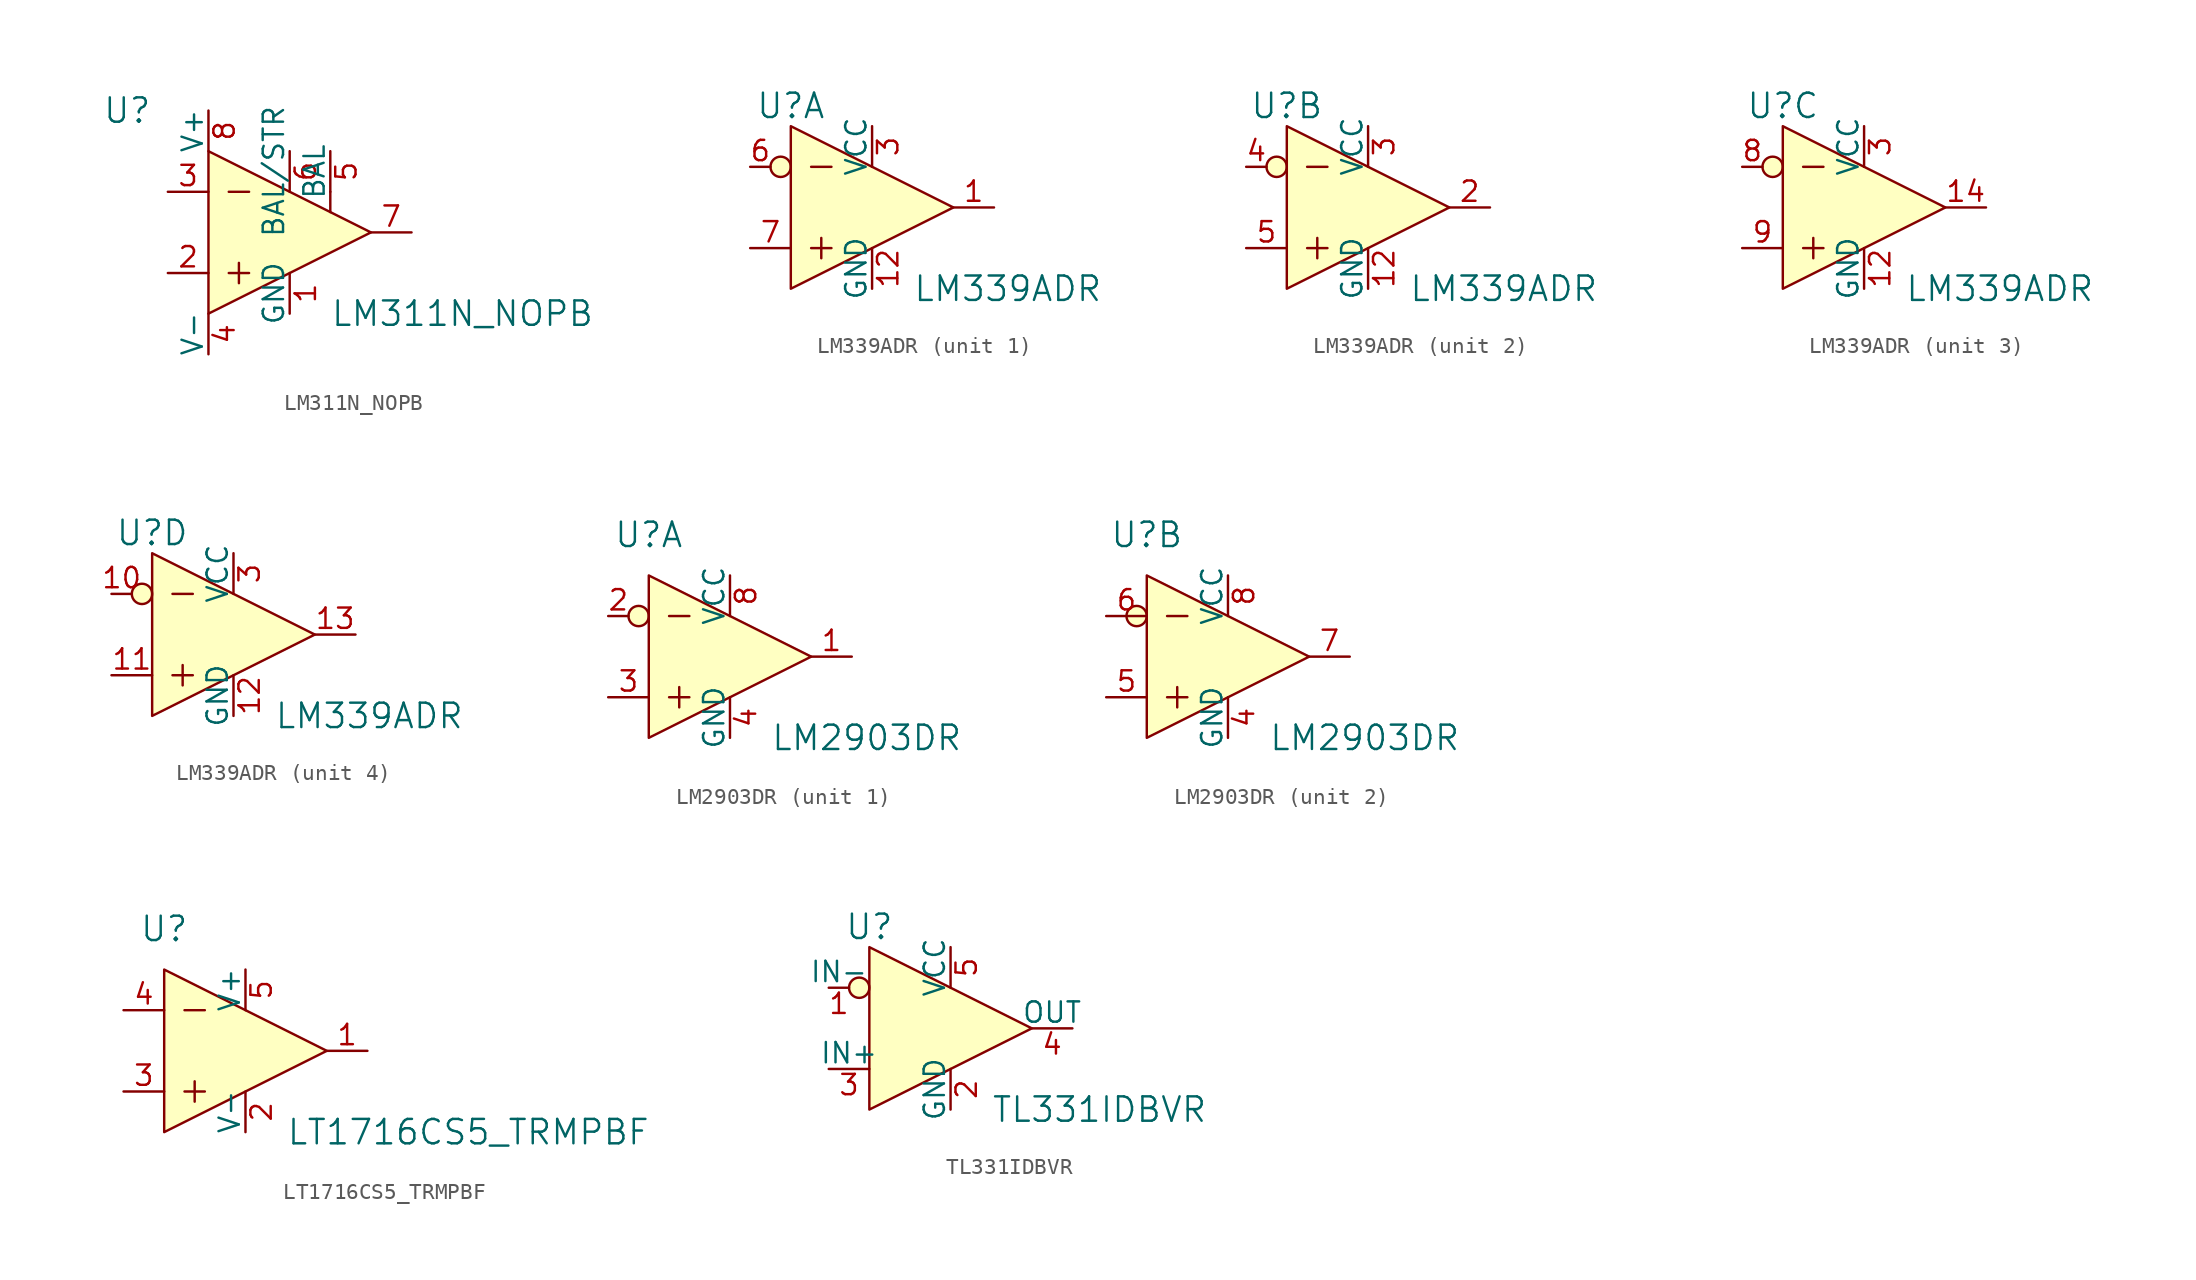
<source format=kicad_sym>
(kicad_symbol_lib
  (version 20201005)
  (generator kicad_symbol_editor)
  (symbol "LM311N_NOPB"
    (pin_names
      (offset 0))
    (property "Reference" "U"
      (at -10.16 7.62 0)
      (effects (font (size 1.524 1.524))))
    (property "Value" "LM311N_NOPB"
      (at 2.54 -5.08 0)
      (effects (font (size 1.524 1.524)) (justify left)))
    (symbol "LM311N_NOPB_0_1"
      (polyline (pts (xy -3.81 -2.54) (xy -2.54 -2.54)) (stroke (width 0)) (fill (type none)))
      (polyline (pts (xy -3.81 2.54) (xy -2.54 2.54)) (stroke (width 0)) (fill (type none)))
      (polyline (pts (xy -3.175 -1.905) (xy -3.175 -3.175)) (stroke (width 0)) (fill (type none)))
      (polyline (pts (xy 2.54 2.54) (xy 2.54 1.27)) (stroke (width 0)) (fill (type none)))
      (polyline (pts (xy -5.08 5.08) (xy -5.08 -5.08) (xy 5.08 0) (xy -5.08 5.08)) (stroke (width 0)) (fill (type background))))
    (symbol "LM311N_NOPB_1_1"
      (pin power_in line (at 0 -5.08 90) (length 2.54) (name "GND" (effects (font (size 1.27 1.27)))) (number "1" (effects (font (size 1.27 1.27)))))
      (pin input line (at -7.62 -2.54 0) (length 2.54) (name "~" (effects (font (size 1.27 1.27)))) (number "2" (effects (font (size 1.27 1.27)))))
      (pin input line (at -7.62 2.54 0) (length 2.54) (name "~" (effects (font (size 1.27 1.27)))) (number "3" (effects (font (size 1.27 1.27)))))
      (pin power_in line (at -5.08 -7.62 90) (length 2.54) (name "V-" (effects (font (size 1.27 1.27)))) (number "4" (effects (font (size 1.27 1.27)))))
      (pin passive line (at 2.54 5.08 270) (length 2.54) (name "BAL" (effects (font (size 1.27 1.27)))) (number "5" (effects (font (size 1.27 1.27)))))
      (pin passive line (at 0 5.08 270) (length 2.54) (name "BAL/STR" (effects (font (size 1.27 1.27)))) (number "6" (effects (font (size 1.27 1.27)))))
      (pin output line (at 7.62 0 180) (length 2.54) (name "~" (effects (font (size 1.27 1.27)))) (number "7" (effects (font (size 1.27 1.27)))))
      (pin power_in line (at -5.08 7.62 270) (length 2.54) (name "V+" (effects (font (size 1.27 1.27)))) (number "8" (effects (font (size 1.27 1.27)))))))
  (symbol "LM339ADR"
    (pin_names
      (offset 0))
    (property "Reference" "U"
      (at -5.08 6.35 0)
      (effects (font (size 1.524 1.524))))
    (property "Value" "LM339ADR"
      (at 2.54 -5.08 0)
      (effects (font (size 1.524 1.524)) (justify left)))
    (property "ki_locked" ""
      (at 0 0 0)
      (effects (font (size 1.27 1.27))))
    (symbol "LM339ADR_0_1"
      (circle (center -5.715 2.54) (radius 0.635) (stroke (width 0)) (fill (type background)))
      (polyline (pts (xy -3.81 -2.54) (xy -2.54 -2.54)) (stroke (width 0)) (fill (type none)))
      (polyline (pts (xy -3.81 2.54) (xy -2.54 2.54)) (stroke (width 0)) (fill (type none)))
      (polyline (pts (xy -3.175 -1.905) (xy -3.175 -3.175)) (stroke (width 0)) (fill (type none)))
      (polyline (pts (xy -5.08 5.08) (xy -5.08 -5.08) (xy 5.08 0) (xy -5.08 5.08)) (stroke (width 0)) (fill (type background))))
    (symbol "LM339ADR_1_1"
      (pin output line (at 7.62 0 180) (length 2.54) (name "~" (effects (font (size 1.27 1.27)))) (number "1" (effects (font (size 1.27 1.27)))))
      (pin power_in line (at 0 5.08 270) (length 2.54) (name "VCC" (effects (font (size 1.27 1.27)))) (number "3" (effects (font (size 1.27 1.27)))))
      (pin input line (at -7.62 2.54 0) (length 1.27) (name "~" (effects (font (size 1.27 1.27)))) (number "6" (effects (font (size 1.27 1.27)))))
      (pin input line (at -7.62 -2.54 0) (length 2.54) (name "~" (effects (font (size 1.27 1.27)))) (number "7" (effects (font (size 1.27 1.27)))))
      (pin power_in line (at 0 -5.08 90) (length 2.54) (name "GND" (effects (font (size 1.27 1.27)))) (number "12" (effects (font (size 1.27 1.27))))))
    (symbol "LM339ADR_2_1"
      (pin output line (at 7.62 0 180) (length 2.54) (name "~" (effects (font (size 1.27 1.27)))) (number "2" (effects (font (size 1.27 1.27)))))
      (pin power_in line (at 0 5.08 270) (length 2.54) (name "VCC" (effects (font (size 1.27 1.27)))) (number "3" (effects (font (size 1.27 1.27)))))
      (pin input line (at -7.62 2.54 0) (length 1.27) (name "~" (effects (font (size 1.27 1.27)))) (number "4" (effects (font (size 1.27 1.27)))))
      (pin input line (at -7.62 -2.54 0) (length 2.54) (name "~" (effects (font (size 1.27 1.27)))) (number "5" (effects (font (size 1.27 1.27)))))
      (pin power_in line (at 0 -5.08 90) (length 2.54) (name "GND" (effects (font (size 1.27 1.27)))) (number "12" (effects (font (size 1.27 1.27))))))
    (symbol "LM339ADR_3_1"
      (pin power_in line (at 0 5.08 270) (length 2.54) (name "VCC" (effects (font (size 1.27 1.27)))) (number "3" (effects (font (size 1.27 1.27)))))
      (pin input line (at -7.62 2.54 0) (length 1.27) (name "~" (effects (font (size 1.27 1.27)))) (number "8" (effects (font (size 1.27 1.27)))))
      (pin input line (at -7.62 -2.54 0) (length 2.54) (name "~" (effects (font (size 1.27 1.27)))) (number "9" (effects (font (size 1.27 1.27)))))
      (pin power_in line (at 0 -5.08 90) (length 2.54) (name "GND" (effects (font (size 1.27 1.27)))) (number "12" (effects (font (size 1.27 1.27)))))
      (pin output line (at 7.62 0 180) (length 2.54) (name "~" (effects (font (size 1.27 1.27)))) (number "14" (effects (font (size 1.27 1.27))))))
    (symbol "LM339ADR_4_1"
      (pin power_in line (at 0 5.08 270) (length 2.54) (name "VCC" (effects (font (size 1.27 1.27)))) (number "3" (effects (font (size 1.27 1.27)))))
      (pin input line (at -7.62 2.54 0) (length 1.27) (name "~" (effects (font (size 1.27 1.27)))) (number "10" (effects (font (size 1.27 1.27)))))
      (pin input line (at -7.62 -2.54 0) (length 2.54) (name "~" (effects (font (size 1.27 1.27)))) (number "11" (effects (font (size 1.27 1.27)))))
      (pin power_in line (at 0 -5.08 90) (length 2.54) (name "GND" (effects (font (size 1.27 1.27)))) (number "12" (effects (font (size 1.27 1.27)))))
      (pin output line (at 7.62 0 180) (length 2.54) (name "~" (effects (font (size 1.27 1.27)))) (number "13" (effects (font (size 1.27 1.27)))))))
  (symbol "LM2903DR"
    (pin_names
      (offset 0))
    (property "Reference" "U"
      (at -5.08 7.62 0)
      (effects (font (size 1.524 1.524))))
    (property "Value" "LM2903DR"
      (at 2.54 -5.08 0)
      (effects (font (size 1.524 1.524)) (justify left)))
    (property "ki_locked" ""
      (at 0 0 0)
      (effects (font (size 1.27 1.27))))
    (symbol "LM2903DR_0_1"
      (circle (center -5.715 2.54) (radius 0.635) (stroke (width 0)) (fill (type background)))
      (polyline (pts (xy -3.81 -2.54) (xy -2.54 -2.54)) (stroke (width 0)) (fill (type none)))
      (polyline (pts (xy -3.81 2.54) (xy -2.54 2.54)) (stroke (width 0)) (fill (type none)))
      (polyline (pts (xy -3.175 -1.905) (xy -3.175 -2.54) (xy -3.175 -3.175)) (stroke (width 0)) (fill (type none)))
      (polyline (pts (xy -5.08 5.08) (xy -5.08 -5.08) (xy 5.08 0) (xy -5.08 5.08)) (stroke (width 0)) (fill (type background))))
    (symbol "LM2903DR_1_1"
      (pin output line (at 7.62 0 180) (length 2.54) (name "~" (effects (font (size 1.27 1.27)))) (number "1" (effects (font (size 1.27 1.27)))))
      (pin input line (at -7.62 2.54 0) (length 1.27) (name "~" (effects (font (size 1.27 1.27)))) (number "2" (effects (font (size 1.27 1.27)))))
      (pin input line (at -7.62 -2.54 0) (length 2.54) (name "~" (effects (font (size 1.27 1.27)))) (number "3" (effects (font (size 1.27 1.27)))))
      (pin power_in line (at 0 -5.08 90) (length 2.54) (name "GND" (effects (font (size 1.27 1.27)))) (number "4" (effects (font (size 1.27 1.27)))))
      (pin power_in line (at 0 5.08 270) (length 2.54) (name "VCC" (effects (font (size 1.27 1.27)))) (number "8" (effects (font (size 1.27 1.27))))))
    (symbol "LM2903DR_2_1"
      (pin power_in line (at 0 -5.08 90) (length 2.54) (name "GND" (effects (font (size 1.27 1.27)))) (number "4" (effects (font (size 1.27 1.27)))))
      (pin input line (at -7.62 -2.54 0) (length 2.54) (name "~" (effects (font (size 1.27 1.27)))) (number "5" (effects (font (size 1.27 1.27)))))
      (pin input line (at -7.62 2.54 0) (length 2.54) (name "~" (effects (font (size 1.27 1.27)))) (number "6" (effects (font (size 1.27 1.27)))))
      (pin output line (at 7.62 0 180) (length 2.54) (name "~" (effects (font (size 1.27 1.27)))) (number "7" (effects (font (size 1.27 1.27)))))
      (pin power_in line (at 0 5.08 270) (length 2.54) (name "VCC" (effects (font (size 1.27 1.27)))) (number "8" (effects (font (size 1.27 1.27)))))))
  (symbol "LT1716CS5_TRMPBF"
    (pin_names
      (offset 0))
    (property "Reference" "U"
      (at -5.08 7.62 0)
      (effects (font (size 1.524 1.524))))
    (property "Value" "LT1716CS5_TRMPBF"
      (at 2.54 -5.08 0)
      (effects (font (size 1.524 1.524)) (justify left)))
    (symbol "LT1716CS5_TRMPBF_0_1"
      (polyline (pts (xy -3.81 -2.54) (xy -2.54 -2.54)) (stroke (width 0)) (fill (type none)))
      (polyline (pts (xy -3.81 2.54) (xy -2.54 2.54)) (stroke (width 0)) (fill (type none)))
      (polyline (pts (xy -3.175 -1.905) (xy -3.175 -3.175)) (stroke (width 0)) (fill (type none)))
      (polyline (pts (xy 5.08 0) (xy -5.08 5.08) (xy -5.08 -5.08) (xy 5.08 0)) (stroke (width 0)) (fill (type background))))
    (symbol "LT1716CS5_TRMPBF_1_1"
      (pin output line (at 7.62 0 180) (length 2.54) (name "~" (effects (font (size 1.27 1.27)))) (number "1" (effects (font (size 1.27 1.27)))))
      (pin power_in line (at 0 -5.08 90) (length 2.54) (name "V-" (effects (font (size 1.27 1.27)))) (number "2" (effects (font (size 1.27 1.27)))))
      (pin input line (at -7.62 -2.54 0) (length 2.54) (name "~" (effects (font (size 1.27 1.27)))) (number "3" (effects (font (size 1.27 1.27)))))
      (pin input line (at -7.62 2.54 0) (length 2.54) (name "~" (effects (font (size 1.27 1.27)))) (number "4" (effects (font (size 1.27 1.27)))))
      (pin power_in line (at 0 5.08 270) (length 2.54) (name "V+" (effects (font (size 1.27 1.27)))) (number "5" (effects (font (size 1.27 1.27)))))))
  (symbol "TL331IDBVR"
    (pin_names
      (offset 0))
    (property "Reference" "U"
      (at -5.08 6.35 0)
      (effects (font (size 1.524 1.524))))
    (property "Value" "TL331IDBVR"
      (at 2.54 -5.08 0)
      (effects (font (size 1.524 1.524)) (justify left)))
    (symbol "TL331IDBVR_0_1"
      (circle (center -5.715 2.54) (radius 0.635) (stroke (width 0)) (fill (type background)))
      (polyline (pts (xy 5.08 0) (xy -5.08 5.08) (xy -5.08 -5.08) (xy 5.08 0)) (stroke (width 0)) (fill (type background))))
    (symbol "TL331IDBVR_1_1"
      (pin input line (at -7.62 2.54 0) (length 1.27) (name "IN-" (effects (font (size 1.27 1.27)))) (number "1" (effects (font (size 1.27 1.27)))))
      (pin power_in line (at 0 -5.08 90) (length 2.54) (name "GND" (effects (font (size 1.27 1.27)))) (number "2" (effects (font (size 1.27 1.27)))))
      (pin input line (at -7.62 -2.54 0) (length 2.54) (name "IN+" (effects (font (size 1.27 1.27)))) (number "3" (effects (font (size 1.27 1.27)))))
      (pin output line (at 7.62 0 180) (length 2.54) (name "OUT" (effects (font (size 1.27 1.27)))) (number "4" (effects (font (size 1.27 1.27)))))
      (pin power_in line (at 0 5.08 270) (length 2.54) (name "VCC" (effects (font (size 1.27 1.27)))) (number "5" (effects (font (size 1.27 1.27))))))))
</source>
